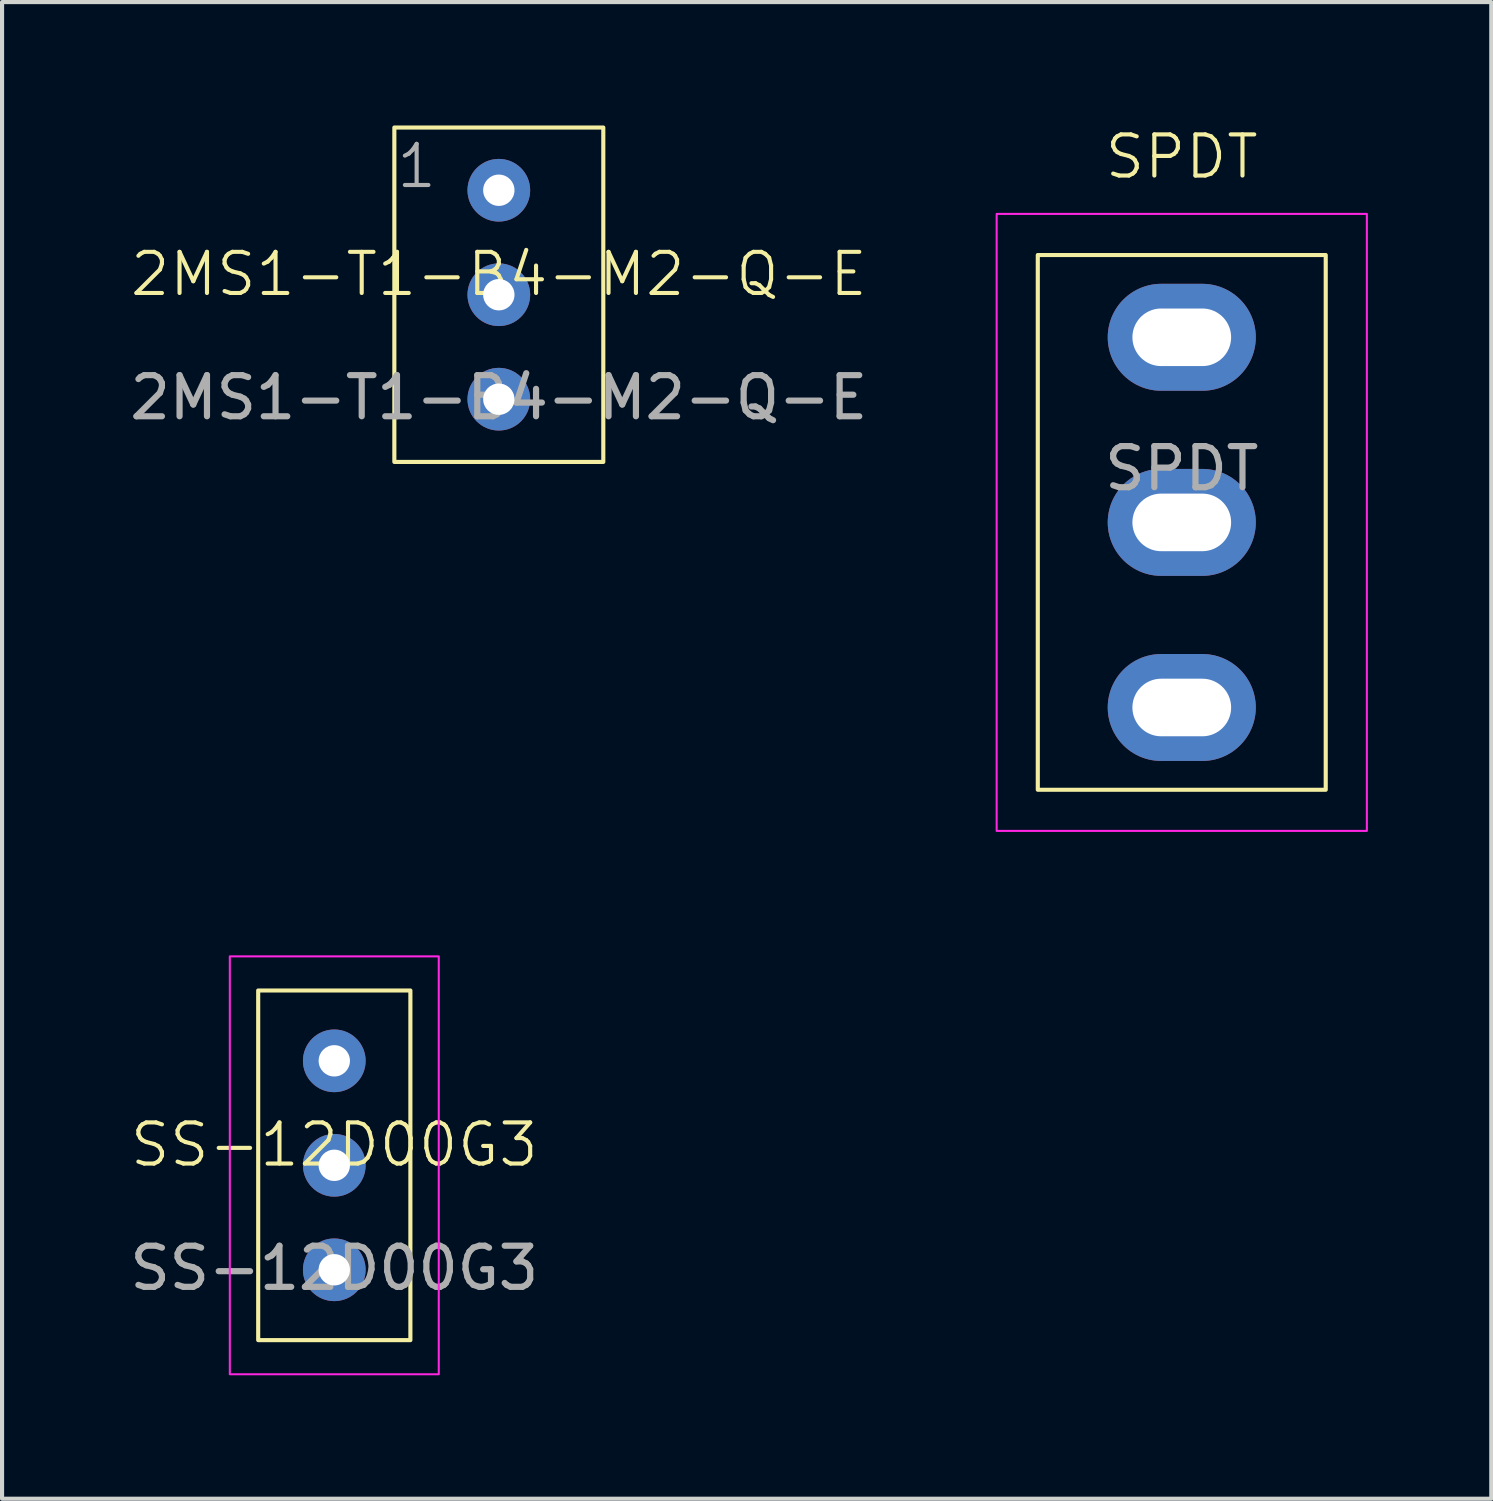
<source format=kicad_pcb>
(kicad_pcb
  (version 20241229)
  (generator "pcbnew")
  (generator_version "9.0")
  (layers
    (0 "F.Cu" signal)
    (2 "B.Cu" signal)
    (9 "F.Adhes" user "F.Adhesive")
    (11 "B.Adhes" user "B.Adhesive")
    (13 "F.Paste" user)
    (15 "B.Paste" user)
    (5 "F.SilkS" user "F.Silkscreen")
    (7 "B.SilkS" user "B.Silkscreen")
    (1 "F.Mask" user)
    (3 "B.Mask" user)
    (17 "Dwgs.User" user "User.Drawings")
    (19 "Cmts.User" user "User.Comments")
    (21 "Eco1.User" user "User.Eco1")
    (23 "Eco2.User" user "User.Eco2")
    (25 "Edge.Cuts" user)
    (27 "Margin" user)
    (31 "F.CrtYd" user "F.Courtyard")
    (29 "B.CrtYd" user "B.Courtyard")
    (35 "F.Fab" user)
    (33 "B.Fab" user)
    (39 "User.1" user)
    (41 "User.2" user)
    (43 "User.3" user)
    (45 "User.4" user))
  (footprint "2MS1-T1-B4-M2-Q-E"
    (layer "F.Cu")
    (at 9.077 4.115)
    (property "Reference" "2MS1-T1-B4-M2-Q-E" (at 0 -0.5 0) (unlocked yes) (layer "F.SilkS") (effects (font (size 1 1) (thickness 0.1))))
    (attr through_hole)
    (fp_rect (start -2.54 -4.065) (end 2.54 4.065) (stroke (width 0.1) (type default)) (fill no) (layer "F.SilkS"))
    (fp_text user "1" (at -2.54 -2.54 0) (unlocked yes) (layer "F.Fab") (effects (font (size 1 1) (thickness 0.1)) (justify left bottom)))
    (fp_text user "${REFERENCE}" (at 0 2.5 0) (unlocked yes) (layer "F.Fab") (effects (font (size 1 1) (thickness 0.15))))
    (pad "1" thru_hole circle (at 0 -2.54) (size 1.524 1.524) (drill 0.762) (layers "*.Cu" "*.Mask"))
    (pad "2" thru_hole circle (at 0 0) (size 1.524 1.524) (drill 0.762) (layers "*.Cu" "*.Mask"))
    (pad "3" thru_hole circle (at 0 2.54) (size 1.524 1.524) (drill 0.762) (layers "*.Cu" "*.Mask")))
  (footprint "SPDT"
    (layer "F.Cu")
    (at 25.68 9.65)
    (property "Reference" "SPDT" (at 0 -8.89 0) (unlocked yes) (layer "F.SilkS") (effects (font (size 1 1) (thickness 0.1))))
    (attr through_hole)
    (fp_rect (start -3.5 -6.5) (end 3.5 6.5) (stroke (width 0.1) (type default)) (fill no) (layer "F.SilkS"))
    (fp_rect (start -4.5 -7.5) (end 4.5 7.5) (stroke (width 0.05) (type default)) (fill no) (layer "F.CrtYd"))
    (fp_text user "${REFERENCE}" (at 0 -1.31 0) (unlocked yes) (layer "F.Fab") (effects (font (size 1 1) (thickness 0.15))))
    (pad "1" thru_hole oval (at 0 -4.5) (size 3.6 2.6) (drill oval 2.4 1.4) (layers "*.Cu" "*.Mask"))
    (pad "2" thru_hole oval (at 0 0) (size 3.6 2.6) (drill oval 2.4 1.4) (layers "*.Cu" "*.Mask"))
    (pad "3" thru_hole oval (at 0 4.5) (size 3.6 2.6) (drill oval 2.4 1.4) (layers "*.Cu" "*.Mask")))
  (footprint "SS-12D00G3"
    (layer "F.Cu")
    (at 5.077 25.28)
    (property "Reference" "SS-12D00G3" (at 0 -0.5 0) (unlocked yes) (layer "F.SilkS") (effects (font (size 1 1) (thickness 0.1))))
    (attr through_hole)
    (fp_rect (start -1.85 -4.25) (end 1.85 4.25) (stroke (width 0.1) (type default)) (fill no) (layer "F.SilkS"))
    (fp_rect (start -2.54 -5.08) (end 2.54 5.08) (stroke (width 0.05) (type default)) (fill no) (layer "F.CrtYd"))
    (fp_text user "${REFERENCE}" (at 0 2.5 0) (unlocked yes) (layer "F.Fab") (effects (font (size 1 1) (thickness 0.15))))
    (pad "1" thru_hole circle (at 0 -2.54) (size 1.524 1.524) (drill 0.762) (layers "*.Cu" "*.Mask"))
    (pad "2" thru_hole circle (at 0 0) (size 1.524 1.524) (drill 0.762) (layers "*.Cu" "*.Mask"))
    (pad "3" thru_hole circle (at 0 2.54) (size 1.524 1.524) (drill 0.762) (layers "*.Cu" "*.Mask")))
  (gr_rect
    (start -3 -3)
    (end 33.205 33.386)
    (stroke (width 0.1) (type default))
    (fill no)
    (layer "Edge.Cuts")))
</source>
